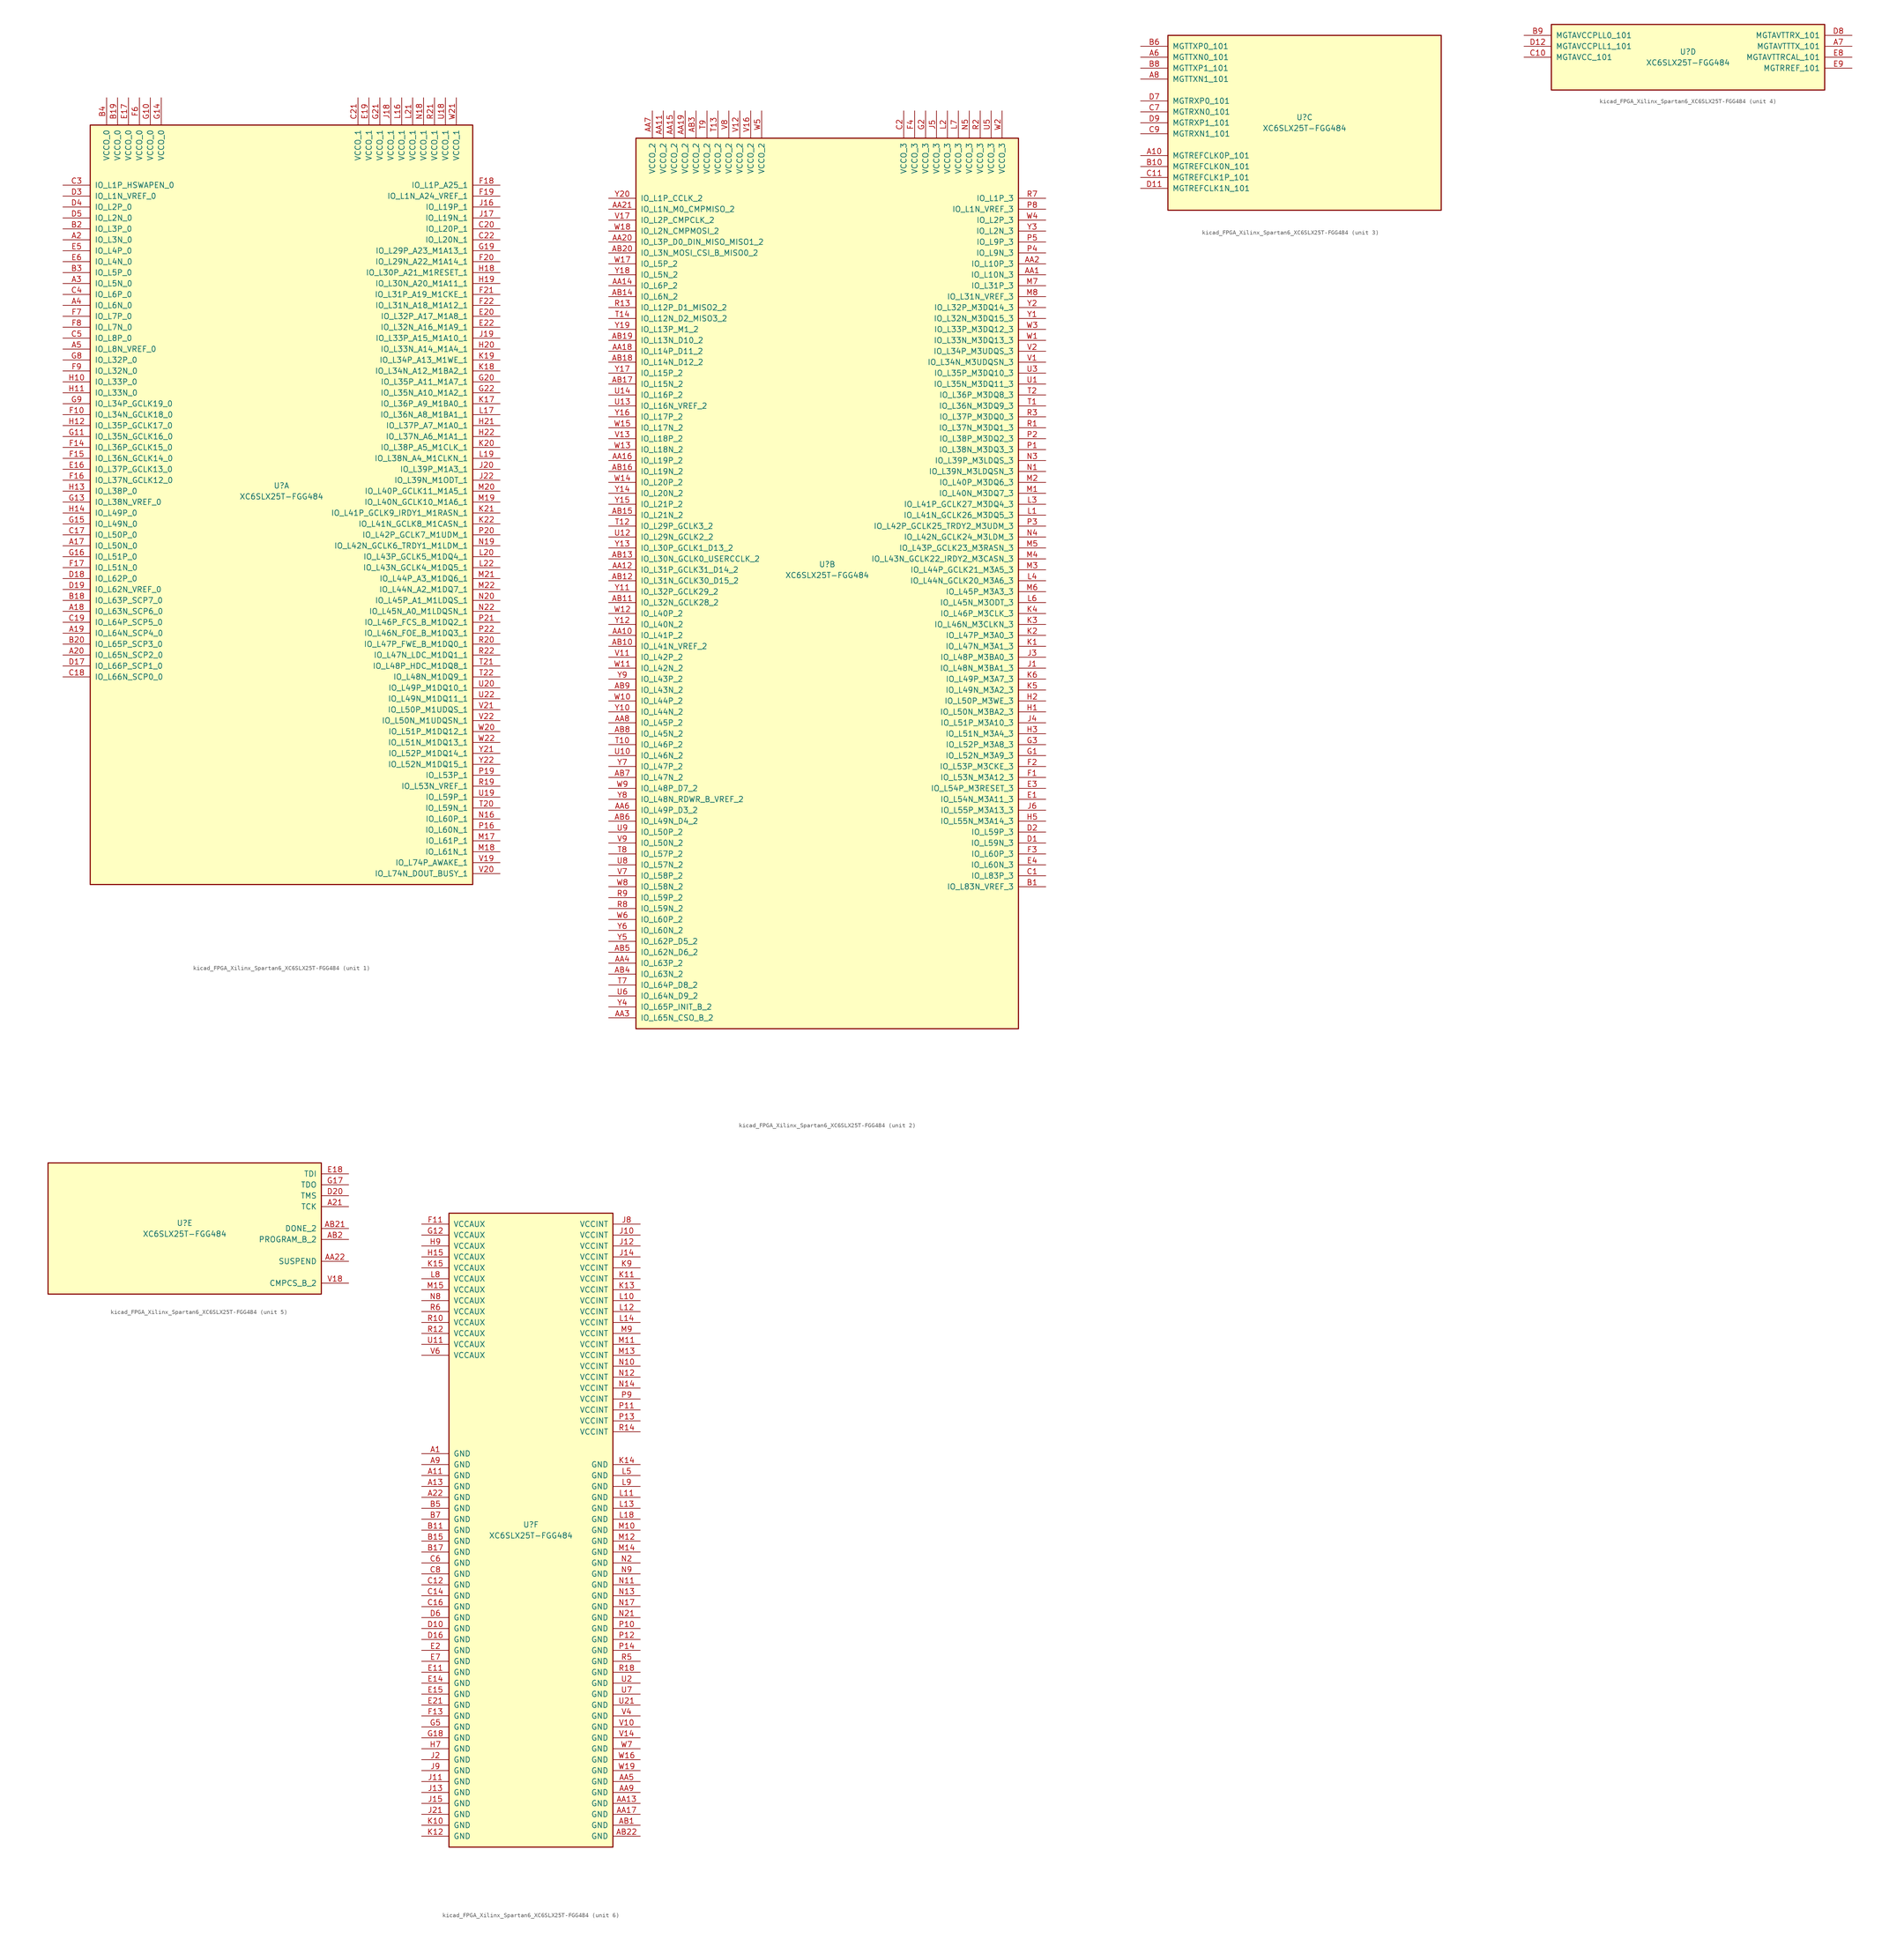
<source format=kicad_sym>
(kicad_symbol_lib
  (version 20220914)
  (generator kicad_symbol_editor)
  (symbol "kicad_FPGA_Xilinx_Spartan6_XC6SLX25T-FGG484"
    (pin_names
      (offset 1.016))
    (property "Reference" "U"
      (at 0 1.27 0)
      (effects (font (size 1.27 1.27))))
    (property "Value" "XC6SLX25T-FGG484"
      (at 0 -1.27 0)
      (effects (font (size 1.27 1.27))))
    (property "Datasheet" ""
      (at 0 0 0)
      (effects (font (size 1.27 1.27))))
    (property "ki_locked" ""
      (at 0 0 0)
      (effects (font (size 1.27 1.27))))
    (symbol "kicad_FPGA_Xilinx_Spartan6_XC6SLX25T-FGG484_1_1"
      (rectangle (start -44.45 85.09) (end 44.45 -91.44) (stroke (width 0.254) (type default)) (fill (type background)))
      (pin bidirectional line (at -50.8 -12.7 0) (length 6.35) (name "IO_L50N_0" (effects (font (size 1.27 1.27)))) (number "A17" (effects (font (size 1.27 1.27)))))
      (pin bidirectional line (at -50.8 -27.94 0) (length 6.35) (name "IO_L63N_SCP6_0" (effects (font (size 1.27 1.27)))) (number "A18" (effects (font (size 1.27 1.27)))))
      (pin bidirectional line (at -50.8 -33.02 0) (length 6.35) (name "IO_L64N_SCP4_0" (effects (font (size 1.27 1.27)))) (number "A19" (effects (font (size 1.27 1.27)))))
      (pin bidirectional line (at -50.8 58.42 0) (length 6.35) (name "IO_L3N_0" (effects (font (size 1.27 1.27)))) (number "A2" (effects (font (size 1.27 1.27)))))
      (pin bidirectional line (at -50.8 -38.1 0) (length 6.35) (name "IO_L65N_SCP2_0" (effects (font (size 1.27 1.27)))) (number "A20" (effects (font (size 1.27 1.27)))))
      (pin bidirectional line (at -50.8 48.26 0) (length 6.35) (name "IO_L5N_0" (effects (font (size 1.27 1.27)))) (number "A3" (effects (font (size 1.27 1.27)))))
      (pin bidirectional line (at -50.8 43.18 0) (length 6.35) (name "IO_L6N_0" (effects (font (size 1.27 1.27)))) (number "A4" (effects (font (size 1.27 1.27)))))
      (pin bidirectional line (at -50.8 33.02 0) (length 6.35) (name "IO_L8N_VREF_0" (effects (font (size 1.27 1.27)))) (number "A5" (effects (font (size 1.27 1.27)))))
      (pin bidirectional line (at -50.8 -25.4 0) (length 6.35) (name "IO_L63P_SCP7_0" (effects (font (size 1.27 1.27)))) (number "B18" (effects (font (size 1.27 1.27)))))
      (pin power_in line (at -38.1 91.44 270) (length 6.35) (name "VCCO_0" (effects (font (size 1.27 1.27)))) (number "B19" (effects (font (size 1.27 1.27)))))
      (pin bidirectional line (at -50.8 60.96 0) (length 6.35) (name "IO_L3P_0" (effects (font (size 1.27 1.27)))) (number "B2" (effects (font (size 1.27 1.27)))))
      (pin bidirectional line (at -50.8 -35.56 0) (length 6.35) (name "IO_L65P_SCP3_0" (effects (font (size 1.27 1.27)))) (number "B20" (effects (font (size 1.27 1.27)))))
      (pin bidirectional line (at -50.8 50.8 0) (length 6.35) (name "IO_L5P_0" (effects (font (size 1.27 1.27)))) (number "B3" (effects (font (size 1.27 1.27)))))
      (pin power_in line (at -40.64 91.44 270) (length 6.35) (name "VCCO_0" (effects (font (size 1.27 1.27)))) (number "B4" (effects (font (size 1.27 1.27)))))
      (pin bidirectional line (at -50.8 -10.16 0) (length 6.35) (name "IO_L50P_0" (effects (font (size 1.27 1.27)))) (number "C17" (effects (font (size 1.27 1.27)))))
      (pin bidirectional line (at -50.8 -43.18 0) (length 6.35) (name "IO_L66N_SCP0_0" (effects (font (size 1.27 1.27)))) (number "C18" (effects (font (size 1.27 1.27)))))
      (pin bidirectional line (at -50.8 -30.48 0) (length 6.35) (name "IO_L64P_SCP5_0" (effects (font (size 1.27 1.27)))) (number "C19" (effects (font (size 1.27 1.27)))))
      (pin bidirectional line (at 50.8 60.96 180) (length 6.35) (name "IO_L20P_1" (effects (font (size 1.27 1.27)))) (number "C20" (effects (font (size 1.27 1.27)))))
      (pin power_in line (at 17.78 91.44 270) (length 6.35) (name "VCCO_1" (effects (font (size 1.27 1.27)))) (number "C21" (effects (font (size 1.27 1.27)))))
      (pin bidirectional line (at 50.8 58.42 180) (length 6.35) (name "IO_L20N_1" (effects (font (size 1.27 1.27)))) (number "C22" (effects (font (size 1.27 1.27)))))
      (pin bidirectional line (at -50.8 71.12 0) (length 6.35) (name "IO_L1P_HSWAPEN_0" (effects (font (size 1.27 1.27)))) (number "C3" (effects (font (size 1.27 1.27)))))
      (pin bidirectional line (at -50.8 45.72 0) (length 6.35) (name "IO_L6P_0" (effects (font (size 1.27 1.27)))) (number "C4" (effects (font (size 1.27 1.27)))))
      (pin bidirectional line (at -50.8 35.56 0) (length 6.35) (name "IO_L8P_0" (effects (font (size 1.27 1.27)))) (number "C5" (effects (font (size 1.27 1.27)))))
      (pin bidirectional line (at -50.8 -40.64 0) (length 6.35) (name "IO_L66P_SCP1_0" (effects (font (size 1.27 1.27)))) (number "D17" (effects (font (size 1.27 1.27)))))
      (pin bidirectional line (at -50.8 -20.32 0) (length 6.35) (name "IO_L62P_0" (effects (font (size 1.27 1.27)))) (number "D18" (effects (font (size 1.27 1.27)))))
      (pin bidirectional line (at -50.8 -22.86 0) (length 6.35) (name "IO_L62N_VREF_0" (effects (font (size 1.27 1.27)))) (number "D19" (effects (font (size 1.27 1.27)))))
      (pin bidirectional line (at -50.8 68.58 0) (length 6.35) (name "IO_L1N_VREF_0" (effects (font (size 1.27 1.27)))) (number "D3" (effects (font (size 1.27 1.27)))))
      (pin bidirectional line (at -50.8 66.04 0) (length 6.35) (name "IO_L2P_0" (effects (font (size 1.27 1.27)))) (number "D4" (effects (font (size 1.27 1.27)))))
      (pin bidirectional line (at -50.8 63.5 0) (length 6.35) (name "IO_L2N_0" (effects (font (size 1.27 1.27)))) (number "D5" (effects (font (size 1.27 1.27)))))
      (pin bidirectional line (at -50.8 5.08 0) (length 6.35) (name "IO_L37P_GCLK13_0" (effects (font (size 1.27 1.27)))) (number "E16" (effects (font (size 1.27 1.27)))))
      (pin power_in line (at -35.56 91.44 270) (length 6.35) (name "VCCO_0" (effects (font (size 1.27 1.27)))) (number "E17" (effects (font (size 1.27 1.27)))))
      (pin power_in line (at 20.32 91.44 270) (length 6.35) (name "VCCO_1" (effects (font (size 1.27 1.27)))) (number "E19" (effects (font (size 1.27 1.27)))))
      (pin bidirectional line (at 50.8 40.64 180) (length 6.35) (name "IO_L32P_A17_M1A8_1" (effects (font (size 1.27 1.27)))) (number "E20" (effects (font (size 1.27 1.27)))))
      (pin bidirectional line (at 50.8 38.1 180) (length 6.35) (name "IO_L32N_A16_M1A9_1" (effects (font (size 1.27 1.27)))) (number "E22" (effects (font (size 1.27 1.27)))))
      (pin bidirectional line (at -50.8 55.88 0) (length 6.35) (name "IO_L4P_0" (effects (font (size 1.27 1.27)))) (number "E5" (effects (font (size 1.27 1.27)))))
      (pin bidirectional line (at -50.8 53.34 0) (length 6.35) (name "IO_L4N_0" (effects (font (size 1.27 1.27)))) (number "E6" (effects (font (size 1.27 1.27)))))
      (pin bidirectional line (at -50.8 17.78 0) (length 6.35) (name "IO_L34N_GCLK18_0" (effects (font (size 1.27 1.27)))) (number "F10" (effects (font (size 1.27 1.27)))))
      (pin bidirectional line (at -50.8 10.16 0) (length 6.35) (name "IO_L36P_GCLK15_0" (effects (font (size 1.27 1.27)))) (number "F14" (effects (font (size 1.27 1.27)))))
      (pin bidirectional line (at -50.8 7.62 0) (length 6.35) (name "IO_L36N_GCLK14_0" (effects (font (size 1.27 1.27)))) (number "F15" (effects (font (size 1.27 1.27)))))
      (pin bidirectional line (at -50.8 2.54 0) (length 6.35) (name "IO_L37N_GCLK12_0" (effects (font (size 1.27 1.27)))) (number "F16" (effects (font (size 1.27 1.27)))))
      (pin bidirectional line (at -50.8 -17.78 0) (length 6.35) (name "IO_L51N_0" (effects (font (size 1.27 1.27)))) (number "F17" (effects (font (size 1.27 1.27)))))
      (pin bidirectional line (at 50.8 71.12 180) (length 6.35) (name "IO_L1P_A25_1" (effects (font (size 1.27 1.27)))) (number "F18" (effects (font (size 1.27 1.27)))))
      (pin bidirectional line (at 50.8 68.58 180) (length 6.35) (name "IO_L1N_A24_VREF_1" (effects (font (size 1.27 1.27)))) (number "F19" (effects (font (size 1.27 1.27)))))
      (pin bidirectional line (at 50.8 53.34 180) (length 6.35) (name "IO_L29N_A22_M1A14_1" (effects (font (size 1.27 1.27)))) (number "F20" (effects (font (size 1.27 1.27)))))
      (pin bidirectional line (at 50.8 45.72 180) (length 6.35) (name "IO_L31P_A19_M1CKE_1" (effects (font (size 1.27 1.27)))) (number "F21" (effects (font (size 1.27 1.27)))))
      (pin bidirectional line (at 50.8 43.18 180) (length 6.35) (name "IO_L31N_A18_M1A12_1" (effects (font (size 1.27 1.27)))) (number "F22" (effects (font (size 1.27 1.27)))))
      (pin power_in line (at -33.02 91.44 270) (length 6.35) (name "VCCO_0" (effects (font (size 1.27 1.27)))) (number "F6" (effects (font (size 1.27 1.27)))))
      (pin bidirectional line (at -50.8 40.64 0) (length 6.35) (name "IO_L7P_0" (effects (font (size 1.27 1.27)))) (number "F7" (effects (font (size 1.27 1.27)))))
      (pin bidirectional line (at -50.8 38.1 0) (length 6.35) (name "IO_L7N_0" (effects (font (size 1.27 1.27)))) (number "F8" (effects (font (size 1.27 1.27)))))
      (pin bidirectional line (at -50.8 27.94 0) (length 6.35) (name "IO_L32N_0" (effects (font (size 1.27 1.27)))) (number "F9" (effects (font (size 1.27 1.27)))))
      (pin power_in line (at -30.48 91.44 270) (length 6.35) (name "VCCO_0" (effects (font (size 1.27 1.27)))) (number "G10" (effects (font (size 1.27 1.27)))))
      (pin bidirectional line (at -50.8 12.7 0) (length 6.35) (name "IO_L35N_GCLK16_0" (effects (font (size 1.27 1.27)))) (number "G11" (effects (font (size 1.27 1.27)))))
      (pin bidirectional line (at -50.8 -2.54 0) (length 6.35) (name "IO_L38N_VREF_0" (effects (font (size 1.27 1.27)))) (number "G13" (effects (font (size 1.27 1.27)))))
      (pin power_in line (at -27.94 91.44 270) (length 6.35) (name "VCCO_0" (effects (font (size 1.27 1.27)))) (number "G14" (effects (font (size 1.27 1.27)))))
      (pin bidirectional line (at -50.8 -7.62 0) (length 6.35) (name "IO_L49N_0" (effects (font (size 1.27 1.27)))) (number "G15" (effects (font (size 1.27 1.27)))))
      (pin bidirectional line (at -50.8 -15.24 0) (length 6.35) (name "IO_L51P_0" (effects (font (size 1.27 1.27)))) (number "G16" (effects (font (size 1.27 1.27)))))
      (pin bidirectional line (at 50.8 55.88 180) (length 6.35) (name "IO_L29P_A23_M1A13_1" (effects (font (size 1.27 1.27)))) (number "G19" (effects (font (size 1.27 1.27)))))
      (pin bidirectional line (at 50.8 25.4 180) (length 6.35) (name "IO_L35P_A11_M1A7_1" (effects (font (size 1.27 1.27)))) (number "G20" (effects (font (size 1.27 1.27)))))
      (pin power_in line (at 22.86 91.44 270) (length 6.35) (name "VCCO_1" (effects (font (size 1.27 1.27)))) (number "G21" (effects (font (size 1.27 1.27)))))
      (pin bidirectional line (at 50.8 22.86 180) (length 6.35) (name "IO_L35N_A10_M1A2_1" (effects (font (size 1.27 1.27)))) (number "G22" (effects (font (size 1.27 1.27)))))
      (pin bidirectional line (at -50.8 30.48 0) (length 6.35) (name "IO_L32P_0" (effects (font (size 1.27 1.27)))) (number "G8" (effects (font (size 1.27 1.27)))))
      (pin bidirectional line (at -50.8 20.32 0) (length 6.35) (name "IO_L34P_GCLK19_0" (effects (font (size 1.27 1.27)))) (number "G9" (effects (font (size 1.27 1.27)))))
      (pin bidirectional line (at -50.8 25.4 0) (length 6.35) (name "IO_L33P_0" (effects (font (size 1.27 1.27)))) (number "H10" (effects (font (size 1.27 1.27)))))
      (pin bidirectional line (at -50.8 22.86 0) (length 6.35) (name "IO_L33N_0" (effects (font (size 1.27 1.27)))) (number "H11" (effects (font (size 1.27 1.27)))))
      (pin bidirectional line (at -50.8 15.24 0) (length 6.35) (name "IO_L35P_GCLK17_0" (effects (font (size 1.27 1.27)))) (number "H12" (effects (font (size 1.27 1.27)))))
      (pin bidirectional line (at -50.8 0 0) (length 6.35) (name "IO_L38P_0" (effects (font (size 1.27 1.27)))) (number "H13" (effects (font (size 1.27 1.27)))))
      (pin bidirectional line (at -50.8 -5.08 0) (length 6.35) (name "IO_L49P_0" (effects (font (size 1.27 1.27)))) (number "H14" (effects (font (size 1.27 1.27)))))
      (pin bidirectional line (at 50.8 50.8 180) (length 6.35) (name "IO_L30P_A21_M1RESET_1" (effects (font (size 1.27 1.27)))) (number "H18" (effects (font (size 1.27 1.27)))))
      (pin bidirectional line (at 50.8 48.26 180) (length 6.35) (name "IO_L30N_A20_M1A11_1" (effects (font (size 1.27 1.27)))) (number "H19" (effects (font (size 1.27 1.27)))))
      (pin bidirectional line (at 50.8 33.02 180) (length 6.35) (name "IO_L33N_A14_M1A4_1" (effects (font (size 1.27 1.27)))) (number "H20" (effects (font (size 1.27 1.27)))))
      (pin bidirectional line (at 50.8 15.24 180) (length 6.35) (name "IO_L37P_A7_M1A0_1" (effects (font (size 1.27 1.27)))) (number "H21" (effects (font (size 1.27 1.27)))))
      (pin bidirectional line (at 50.8 12.7 180) (length 6.35) (name "IO_L37N_A6_M1A1_1" (effects (font (size 1.27 1.27)))) (number "H22" (effects (font (size 1.27 1.27)))))
      (pin bidirectional line (at 50.8 66.04 180) (length 6.35) (name "IO_L19P_1" (effects (font (size 1.27 1.27)))) (number "J16" (effects (font (size 1.27 1.27)))))
      (pin bidirectional line (at 50.8 63.5 180) (length 6.35) (name "IO_L19N_1" (effects (font (size 1.27 1.27)))) (number "J17" (effects (font (size 1.27 1.27)))))
      (pin power_in line (at 25.4 91.44 270) (length 6.35) (name "VCCO_1" (effects (font (size 1.27 1.27)))) (number "J18" (effects (font (size 1.27 1.27)))))
      (pin bidirectional line (at 50.8 35.56 180) (length 6.35) (name "IO_L33P_A15_M1A10_1" (effects (font (size 1.27 1.27)))) (number "J19" (effects (font (size 1.27 1.27)))))
      (pin bidirectional line (at 50.8 5.08 180) (length 6.35) (name "IO_L39P_M1A3_1" (effects (font (size 1.27 1.27)))) (number "J20" (effects (font (size 1.27 1.27)))))
      (pin bidirectional line (at 50.8 2.54 180) (length 6.35) (name "IO_L39N_M1ODT_1" (effects (font (size 1.27 1.27)))) (number "J22" (effects (font (size 1.27 1.27)))))
      (pin bidirectional line (at 50.8 20.32 180) (length 6.35) (name "IO_L36P_A9_M1BA0_1" (effects (font (size 1.27 1.27)))) (number "K17" (effects (font (size 1.27 1.27)))))
      (pin bidirectional line (at 50.8 27.94 180) (length 6.35) (name "IO_L34N_A12_M1BA2_1" (effects (font (size 1.27 1.27)))) (number "K18" (effects (font (size 1.27 1.27)))))
      (pin bidirectional line (at 50.8 30.48 180) (length 6.35) (name "IO_L34P_A13_M1WE_1" (effects (font (size 1.27 1.27)))) (number "K19" (effects (font (size 1.27 1.27)))))
      (pin bidirectional line (at 50.8 10.16 180) (length 6.35) (name "IO_L38P_A5_M1CLK_1" (effects (font (size 1.27 1.27)))) (number "K20" (effects (font (size 1.27 1.27)))))
      (pin bidirectional line (at 50.8 -5.08 180) (length 6.35) (name "IO_L41P_GCLK9_IRDY1_M1RASN_1" (effects (font (size 1.27 1.27)))) (number "K21" (effects (font (size 1.27 1.27)))))
      (pin bidirectional line (at 50.8 -7.62 180) (length 6.35) (name "IO_L41N_GCLK8_M1CASN_1" (effects (font (size 1.27 1.27)))) (number "K22" (effects (font (size 1.27 1.27)))))
      (pin power_in line (at 27.94 91.44 270) (length 6.35) (name "VCCO_1" (effects (font (size 1.27 1.27)))) (number "L16" (effects (font (size 1.27 1.27)))))
      (pin bidirectional line (at 50.8 17.78 180) (length 6.35) (name "IO_L36N_A8_M1BA1_1" (effects (font (size 1.27 1.27)))) (number "L17" (effects (font (size 1.27 1.27)))))
      (pin bidirectional line (at 50.8 7.62 180) (length 6.35) (name "IO_L38N_A4_M1CLKN_1" (effects (font (size 1.27 1.27)))) (number "L19" (effects (font (size 1.27 1.27)))))
      (pin bidirectional line (at 50.8 -15.24 180) (length 6.35) (name "IO_L43P_GCLK5_M1DQ4_1" (effects (font (size 1.27 1.27)))) (number "L20" (effects (font (size 1.27 1.27)))))
      (pin power_in line (at 30.48 91.44 270) (length 6.35) (name "VCCO_1" (effects (font (size 1.27 1.27)))) (number "L21" (effects (font (size 1.27 1.27)))))
      (pin bidirectional line (at 50.8 -17.78 180) (length 6.35) (name "IO_L43N_GCLK4_M1DQ5_1" (effects (font (size 1.27 1.27)))) (number "L22" (effects (font (size 1.27 1.27)))))
      (pin bidirectional line (at 50.8 -81.28 180) (length 6.35) (name "IO_L61P_1" (effects (font (size 1.27 1.27)))) (number "M17" (effects (font (size 1.27 1.27)))))
      (pin bidirectional line (at 50.8 -83.82 180) (length 6.35) (name "IO_L61N_1" (effects (font (size 1.27 1.27)))) (number "M18" (effects (font (size 1.27 1.27)))))
      (pin bidirectional line (at 50.8 -2.54 180) (length 6.35) (name "IO_L40N_GCLK10_M1A6_1" (effects (font (size 1.27 1.27)))) (number "M19" (effects (font (size 1.27 1.27)))))
      (pin bidirectional line (at 50.8 0 180) (length 6.35) (name "IO_L40P_GCLK11_M1A5_1" (effects (font (size 1.27 1.27)))) (number "M20" (effects (font (size 1.27 1.27)))))
      (pin bidirectional line (at 50.8 -20.32 180) (length 6.35) (name "IO_L44P_A3_M1DQ6_1" (effects (font (size 1.27 1.27)))) (number "M21" (effects (font (size 1.27 1.27)))))
      (pin bidirectional line (at 50.8 -22.86 180) (length 6.35) (name "IO_L44N_A2_M1DQ7_1" (effects (font (size 1.27 1.27)))) (number "M22" (effects (font (size 1.27 1.27)))))
      (pin bidirectional line (at 50.8 -76.2 180) (length 6.35) (name "IO_L60P_1" (effects (font (size 1.27 1.27)))) (number "N16" (effects (font (size 1.27 1.27)))))
      (pin power_in line (at 33.02 91.44 270) (length 6.35) (name "VCCO_1" (effects (font (size 1.27 1.27)))) (number "N18" (effects (font (size 1.27 1.27)))))
      (pin bidirectional line (at 50.8 -12.7 180) (length 6.35) (name "IO_L42N_GCLK6_TRDY1_M1LDM_1" (effects (font (size 1.27 1.27)))) (number "N19" (effects (font (size 1.27 1.27)))))
      (pin bidirectional line (at 50.8 -25.4 180) (length 6.35) (name "IO_L45P_A1_M1LDQS_1" (effects (font (size 1.27 1.27)))) (number "N20" (effects (font (size 1.27 1.27)))))
      (pin bidirectional line (at 50.8 -27.94 180) (length 6.35) (name "IO_L45N_A0_M1LDQSN_1" (effects (font (size 1.27 1.27)))) (number "N22" (effects (font (size 1.27 1.27)))))
      (pin bidirectional line (at 50.8 -78.74 180) (length 6.35) (name "IO_L60N_1" (effects (font (size 1.27 1.27)))) (number "P16" (effects (font (size 1.27 1.27)))))
      (pin bidirectional line (at 50.8 -66.04 180) (length 6.35) (name "IO_L53P_1" (effects (font (size 1.27 1.27)))) (number "P19" (effects (font (size 1.27 1.27)))))
      (pin bidirectional line (at 50.8 -10.16 180) (length 6.35) (name "IO_L42P_GCLK7_M1UDM_1" (effects (font (size 1.27 1.27)))) (number "P20" (effects (font (size 1.27 1.27)))))
      (pin bidirectional line (at 50.8 -30.48 180) (length 6.35) (name "IO_L46P_FCS_B_M1DQ2_1" (effects (font (size 1.27 1.27)))) (number "P21" (effects (font (size 1.27 1.27)))))
      (pin bidirectional line (at 50.8 -33.02 180) (length 6.35) (name "IO_L46N_FOE_B_M1DQ3_1" (effects (font (size 1.27 1.27)))) (number "P22" (effects (font (size 1.27 1.27)))))
      (pin bidirectional line (at 50.8 -68.58 180) (length 6.35) (name "IO_L53N_VREF_1" (effects (font (size 1.27 1.27)))) (number "R19" (effects (font (size 1.27 1.27)))))
      (pin bidirectional line (at 50.8 -35.56 180) (length 6.35) (name "IO_L47P_FWE_B_M1DQ0_1" (effects (font (size 1.27 1.27)))) (number "R20" (effects (font (size 1.27 1.27)))))
      (pin power_in line (at 35.56 91.44 270) (length 6.35) (name "VCCO_1" (effects (font (size 1.27 1.27)))) (number "R21" (effects (font (size 1.27 1.27)))))
      (pin bidirectional line (at 50.8 -38.1 180) (length 6.35) (name "IO_L47N_LDC_M1DQ1_1" (effects (font (size 1.27 1.27)))) (number "R22" (effects (font (size 1.27 1.27)))))
      (pin bidirectional line (at 50.8 -73.66 180) (length 6.35) (name "IO_L59N_1" (effects (font (size 1.27 1.27)))) (number "T20" (effects (font (size 1.27 1.27)))))
      (pin bidirectional line (at 50.8 -40.64 180) (length 6.35) (name "IO_L48P_HDC_M1DQ8_1" (effects (font (size 1.27 1.27)))) (number "T21" (effects (font (size 1.27 1.27)))))
      (pin bidirectional line (at 50.8 -43.18 180) (length 6.35) (name "IO_L48N_M1DQ9_1" (effects (font (size 1.27 1.27)))) (number "T22" (effects (font (size 1.27 1.27)))))
      (pin power_in line (at 38.1 91.44 270) (length 6.35) (name "VCCO_1" (effects (font (size 1.27 1.27)))) (number "U18" (effects (font (size 1.27 1.27)))))
      (pin bidirectional line (at 50.8 -71.12 180) (length 6.35) (name "IO_L59P_1" (effects (font (size 1.27 1.27)))) (number "U19" (effects (font (size 1.27 1.27)))))
      (pin bidirectional line (at 50.8 -45.72 180) (length 6.35) (name "IO_L49P_M1DQ10_1" (effects (font (size 1.27 1.27)))) (number "U20" (effects (font (size 1.27 1.27)))))
      (pin bidirectional line (at 50.8 -48.26 180) (length 6.35) (name "IO_L49N_M1DQ11_1" (effects (font (size 1.27 1.27)))) (number "U22" (effects (font (size 1.27 1.27)))))
      (pin bidirectional line (at 50.8 -86.36 180) (length 6.35) (name "IO_L74P_AWAKE_1" (effects (font (size 1.27 1.27)))) (number "V19" (effects (font (size 1.27 1.27)))))
      (pin bidirectional line (at 50.8 -88.9 180) (length 6.35) (name "IO_L74N_DOUT_BUSY_1" (effects (font (size 1.27 1.27)))) (number "V20" (effects (font (size 1.27 1.27)))))
      (pin bidirectional line (at 50.8 -50.8 180) (length 6.35) (name "IO_L50P_M1UDQS_1" (effects (font (size 1.27 1.27)))) (number "V21" (effects (font (size 1.27 1.27)))))
      (pin bidirectional line (at 50.8 -53.34 180) (length 6.35) (name "IO_L50N_M1UDQSN_1" (effects (font (size 1.27 1.27)))) (number "V22" (effects (font (size 1.27 1.27)))))
      (pin bidirectional line (at 50.8 -55.88 180) (length 6.35) (name "IO_L51P_M1DQ12_1" (effects (font (size 1.27 1.27)))) (number "W20" (effects (font (size 1.27 1.27)))))
      (pin power_in line (at 40.64 91.44 270) (length 6.35) (name "VCCO_1" (effects (font (size 1.27 1.27)))) (number "W21" (effects (font (size 1.27 1.27)))))
      (pin bidirectional line (at 50.8 -58.42 180) (length 6.35) (name "IO_L51N_M1DQ13_1" (effects (font (size 1.27 1.27)))) (number "W22" (effects (font (size 1.27 1.27)))))
      (pin bidirectional line (at 50.8 -60.96 180) (length 6.35) (name "IO_L52P_M1DQ14_1" (effects (font (size 1.27 1.27)))) (number "Y21" (effects (font (size 1.27 1.27)))))
      (pin bidirectional line (at 50.8 -63.5 180) (length 6.35) (name "IO_L52N_M1DQ15_1" (effects (font (size 1.27 1.27)))) (number "Y22" (effects (font (size 1.27 1.27))))))
    (symbol "kicad_FPGA_Xilinx_Spartan6_XC6SLX25T-FGG484_2_1"
      (rectangle (start -44.45 100.33) (end 44.45 -106.68) (stroke (width 0.254) (type default)) (fill (type background)))
      (pin bidirectional line (at 50.8 68.58 180) (length 6.35) (name "IO_L10N_3" (effects (font (size 1.27 1.27)))) (number "AA1" (effects (font (size 1.27 1.27)))))
      (pin bidirectional line (at -50.8 -15.24 0) (length 6.35) (name "IO_L41P_2" (effects (font (size 1.27 1.27)))) (number "AA10" (effects (font (size 1.27 1.27)))))
      (pin power_in line (at -38.1 106.68 270) (length 6.35) (name "VCCO_2" (effects (font (size 1.27 1.27)))) (number "AA11" (effects (font (size 1.27 1.27)))))
      (pin bidirectional line (at -50.8 0 0) (length 6.35) (name "IO_L31P_GCLK31_D14_2" (effects (font (size 1.27 1.27)))) (number "AA12" (effects (font (size 1.27 1.27)))))
      (pin bidirectional line (at -50.8 66.04 0) (length 6.35) (name "IO_L6P_2" (effects (font (size 1.27 1.27)))) (number "AA14" (effects (font (size 1.27 1.27)))))
      (pin power_in line (at -35.56 106.68 270) (length 6.35) (name "VCCO_2" (effects (font (size 1.27 1.27)))) (number "AA15" (effects (font (size 1.27 1.27)))))
      (pin bidirectional line (at -50.8 25.4 0) (length 6.35) (name "IO_L19P_2" (effects (font (size 1.27 1.27)))) (number "AA16" (effects (font (size 1.27 1.27)))))
      (pin bidirectional line (at -50.8 50.8 0) (length 6.35) (name "IO_L14P_D11_2" (effects (font (size 1.27 1.27)))) (number "AA18" (effects (font (size 1.27 1.27)))))
      (pin power_in line (at -33.02 106.68 270) (length 6.35) (name "VCCO_2" (effects (font (size 1.27 1.27)))) (number "AA19" (effects (font (size 1.27 1.27)))))
      (pin bidirectional line (at 50.8 71.12 180) (length 6.35) (name "IO_L10P_3" (effects (font (size 1.27 1.27)))) (number "AA2" (effects (font (size 1.27 1.27)))))
      (pin bidirectional line (at -50.8 76.2 0) (length 6.35) (name "IO_L3P_D0_DIN_MISO_MISO1_2" (effects (font (size 1.27 1.27)))) (number "AA20" (effects (font (size 1.27 1.27)))))
      (pin bidirectional line (at -50.8 83.82 0) (length 6.35) (name "IO_L1N_M0_CMPMISO_2" (effects (font (size 1.27 1.27)))) (number "AA21" (effects (font (size 1.27 1.27)))))
      (pin bidirectional line (at -50.8 -104.14 0) (length 6.35) (name "IO_L65N_CSO_B_2" (effects (font (size 1.27 1.27)))) (number "AA3" (effects (font (size 1.27 1.27)))))
      (pin bidirectional line (at -50.8 -91.44 0) (length 6.35) (name "IO_L63P_2" (effects (font (size 1.27 1.27)))) (number "AA4" (effects (font (size 1.27 1.27)))))
      (pin bidirectional line (at -50.8 -55.88 0) (length 6.35) (name "IO_L49P_D3_2" (effects (font (size 1.27 1.27)))) (number "AA6" (effects (font (size 1.27 1.27)))))
      (pin power_in line (at -40.64 106.68 270) (length 6.35) (name "VCCO_2" (effects (font (size 1.27 1.27)))) (number "AA7" (effects (font (size 1.27 1.27)))))
      (pin bidirectional line (at -50.8 -35.56 0) (length 6.35) (name "IO_L45P_2" (effects (font (size 1.27 1.27)))) (number "AA8" (effects (font (size 1.27 1.27)))))
      (pin bidirectional line (at -50.8 -17.78 0) (length 6.35) (name "IO_L41N_VREF_2" (effects (font (size 1.27 1.27)))) (number "AB10" (effects (font (size 1.27 1.27)))))
      (pin bidirectional line (at -50.8 -7.62 0) (length 6.35) (name "IO_L32N_GCLK28_2" (effects (font (size 1.27 1.27)))) (number "AB11" (effects (font (size 1.27 1.27)))))
      (pin bidirectional line (at -50.8 -2.54 0) (length 6.35) (name "IO_L31N_GCLK30_D15_2" (effects (font (size 1.27 1.27)))) (number "AB12" (effects (font (size 1.27 1.27)))))
      (pin bidirectional line (at -50.8 2.54 0) (length 6.35) (name "IO_L30N_GCLK0_USERCCLK_2" (effects (font (size 1.27 1.27)))) (number "AB13" (effects (font (size 1.27 1.27)))))
      (pin bidirectional line (at -50.8 63.5 0) (length 6.35) (name "IO_L6N_2" (effects (font (size 1.27 1.27)))) (number "AB14" (effects (font (size 1.27 1.27)))))
      (pin bidirectional line (at -50.8 12.7 0) (length 6.35) (name "IO_L21N_2" (effects (font (size 1.27 1.27)))) (number "AB15" (effects (font (size 1.27 1.27)))))
      (pin bidirectional line (at -50.8 22.86 0) (length 6.35) (name "IO_L19N_2" (effects (font (size 1.27 1.27)))) (number "AB16" (effects (font (size 1.27 1.27)))))
      (pin bidirectional line (at -50.8 43.18 0) (length 6.35) (name "IO_L15N_2" (effects (font (size 1.27 1.27)))) (number "AB17" (effects (font (size 1.27 1.27)))))
      (pin bidirectional line (at -50.8 48.26 0) (length 6.35) (name "IO_L14N_D12_2" (effects (font (size 1.27 1.27)))) (number "AB18" (effects (font (size 1.27 1.27)))))
      (pin bidirectional line (at -50.8 53.34 0) (length 6.35) (name "IO_L13N_D10_2" (effects (font (size 1.27 1.27)))) (number "AB19" (effects (font (size 1.27 1.27)))))
      (pin bidirectional line (at -50.8 73.66 0) (length 6.35) (name "IO_L3N_MOSI_CSI_B_MISO0_2" (effects (font (size 1.27 1.27)))) (number "AB20" (effects (font (size 1.27 1.27)))))
      (pin power_in line (at -30.48 106.68 270) (length 6.35) (name "VCCO_2" (effects (font (size 1.27 1.27)))) (number "AB3" (effects (font (size 1.27 1.27)))))
      (pin bidirectional line (at -50.8 -93.98 0) (length 6.35) (name "IO_L63N_2" (effects (font (size 1.27 1.27)))) (number "AB4" (effects (font (size 1.27 1.27)))))
      (pin bidirectional line (at -50.8 -88.9 0) (length 6.35) (name "IO_L62N_D6_2" (effects (font (size 1.27 1.27)))) (number "AB5" (effects (font (size 1.27 1.27)))))
      (pin bidirectional line (at -50.8 -58.42 0) (length 6.35) (name "IO_L49N_D4_2" (effects (font (size 1.27 1.27)))) (number "AB6" (effects (font (size 1.27 1.27)))))
      (pin bidirectional line (at -50.8 -48.26 0) (length 6.35) (name "IO_L47N_2" (effects (font (size 1.27 1.27)))) (number "AB7" (effects (font (size 1.27 1.27)))))
      (pin bidirectional line (at -50.8 -38.1 0) (length 6.35) (name "IO_L45N_2" (effects (font (size 1.27 1.27)))) (number "AB8" (effects (font (size 1.27 1.27)))))
      (pin bidirectional line (at -50.8 -27.94 0) (length 6.35) (name "IO_L43N_2" (effects (font (size 1.27 1.27)))) (number "AB9" (effects (font (size 1.27 1.27)))))
      (pin bidirectional line (at 50.8 -73.66 180) (length 6.35) (name "IO_L83N_VREF_3" (effects (font (size 1.27 1.27)))) (number "B1" (effects (font (size 1.27 1.27)))))
      (pin bidirectional line (at 50.8 -71.12 180) (length 6.35) (name "IO_L83P_3" (effects (font (size 1.27 1.27)))) (number "C1" (effects (font (size 1.27 1.27)))))
      (pin power_in line (at 17.78 106.68 270) (length 6.35) (name "VCCO_3" (effects (font (size 1.27 1.27)))) (number "C2" (effects (font (size 1.27 1.27)))))
      (pin bidirectional line (at 50.8 -63.5 180) (length 6.35) (name "IO_L59N_3" (effects (font (size 1.27 1.27)))) (number "D1" (effects (font (size 1.27 1.27)))))
      (pin bidirectional line (at 50.8 -60.96 180) (length 6.35) (name "IO_L59P_3" (effects (font (size 1.27 1.27)))) (number "D2" (effects (font (size 1.27 1.27)))))
      (pin bidirectional line (at 50.8 -53.34 180) (length 6.35) (name "IO_L54N_M3A11_3" (effects (font (size 1.27 1.27)))) (number "E1" (effects (font (size 1.27 1.27)))))
      (pin bidirectional line (at 50.8 -50.8 180) (length 6.35) (name "IO_L54P_M3RESET_3" (effects (font (size 1.27 1.27)))) (number "E3" (effects (font (size 1.27 1.27)))))
      (pin bidirectional line (at 50.8 -68.58 180) (length 6.35) (name "IO_L60N_3" (effects (font (size 1.27 1.27)))) (number "E4" (effects (font (size 1.27 1.27)))))
      (pin bidirectional line (at 50.8 -48.26 180) (length 6.35) (name "IO_L53N_M3A12_3" (effects (font (size 1.27 1.27)))) (number "F1" (effects (font (size 1.27 1.27)))))
      (pin bidirectional line (at 50.8 -45.72 180) (length 6.35) (name "IO_L53P_M3CKE_3" (effects (font (size 1.27 1.27)))) (number "F2" (effects (font (size 1.27 1.27)))))
      (pin bidirectional line (at 50.8 -66.04 180) (length 6.35) (name "IO_L60P_3" (effects (font (size 1.27 1.27)))) (number "F3" (effects (font (size 1.27 1.27)))))
      (pin power_in line (at 20.32 106.68 270) (length 6.35) (name "VCCO_3" (effects (font (size 1.27 1.27)))) (number "F4" (effects (font (size 1.27 1.27)))))
      (pin bidirectional line (at 50.8 -43.18 180) (length 6.35) (name "IO_L52N_M3A9_3" (effects (font (size 1.27 1.27)))) (number "G1" (effects (font (size 1.27 1.27)))))
      (pin power_in line (at 22.86 106.68 270) (length 6.35) (name "VCCO_3" (effects (font (size 1.27 1.27)))) (number "G2" (effects (font (size 1.27 1.27)))))
      (pin bidirectional line (at 50.8 -40.64 180) (length 6.35) (name "IO_L52P_M3A8_3" (effects (font (size 1.27 1.27)))) (number "G3" (effects (font (size 1.27 1.27)))))
      (pin bidirectional line (at 50.8 -33.02 180) (length 6.35) (name "IO_L50N_M3BA2_3" (effects (font (size 1.27 1.27)))) (number "H1" (effects (font (size 1.27 1.27)))))
      (pin bidirectional line (at 50.8 -30.48 180) (length 6.35) (name "IO_L50P_M3WE_3" (effects (font (size 1.27 1.27)))) (number "H2" (effects (font (size 1.27 1.27)))))
      (pin bidirectional line (at 50.8 -38.1 180) (length 6.35) (name "IO_L51N_M3A4_3" (effects (font (size 1.27 1.27)))) (number "H3" (effects (font (size 1.27 1.27)))))
      (pin bidirectional line (at 50.8 -58.42 180) (length 6.35) (name "IO_L55N_M3A14_3" (effects (font (size 1.27 1.27)))) (number "H5" (effects (font (size 1.27 1.27)))))
      (pin bidirectional line (at 50.8 -22.86 180) (length 6.35) (name "IO_L48N_M3BA1_3" (effects (font (size 1.27 1.27)))) (number "J1" (effects (font (size 1.27 1.27)))))
      (pin bidirectional line (at 50.8 -20.32 180) (length 6.35) (name "IO_L48P_M3BA0_3" (effects (font (size 1.27 1.27)))) (number "J3" (effects (font (size 1.27 1.27)))))
      (pin bidirectional line (at 50.8 -35.56 180) (length 6.35) (name "IO_L51P_M3A10_3" (effects (font (size 1.27 1.27)))) (number "J4" (effects (font (size 1.27 1.27)))))
      (pin power_in line (at 25.4 106.68 270) (length 6.35) (name "VCCO_3" (effects (font (size 1.27 1.27)))) (number "J5" (effects (font (size 1.27 1.27)))))
      (pin bidirectional line (at 50.8 -55.88 180) (length 6.35) (name "IO_L55P_M3A13_3" (effects (font (size 1.27 1.27)))) (number "J6" (effects (font (size 1.27 1.27)))))
      (pin bidirectional line (at 50.8 -17.78 180) (length 6.35) (name "IO_L47N_M3A1_3" (effects (font (size 1.27 1.27)))) (number "K1" (effects (font (size 1.27 1.27)))))
      (pin bidirectional line (at 50.8 -15.24 180) (length 6.35) (name "IO_L47P_M3A0_3" (effects (font (size 1.27 1.27)))) (number "K2" (effects (font (size 1.27 1.27)))))
      (pin bidirectional line (at 50.8 -12.7 180) (length 6.35) (name "IO_L46N_M3CLKN_3" (effects (font (size 1.27 1.27)))) (number "K3" (effects (font (size 1.27 1.27)))))
      (pin bidirectional line (at 50.8 -10.16 180) (length 6.35) (name "IO_L46P_M3CLK_3" (effects (font (size 1.27 1.27)))) (number "K4" (effects (font (size 1.27 1.27)))))
      (pin bidirectional line (at 50.8 -27.94 180) (length 6.35) (name "IO_L49N_M3A2_3" (effects (font (size 1.27 1.27)))) (number "K5" (effects (font (size 1.27 1.27)))))
      (pin bidirectional line (at 50.8 -25.4 180) (length 6.35) (name "IO_L49P_M3A7_3" (effects (font (size 1.27 1.27)))) (number "K6" (effects (font (size 1.27 1.27)))))
      (pin bidirectional line (at 50.8 12.7 180) (length 6.35) (name "IO_L41N_GCLK26_M3DQ5_3" (effects (font (size 1.27 1.27)))) (number "L1" (effects (font (size 1.27 1.27)))))
      (pin power_in line (at 27.94 106.68 270) (length 6.35) (name "VCCO_3" (effects (font (size 1.27 1.27)))) (number "L2" (effects (font (size 1.27 1.27)))))
      (pin bidirectional line (at 50.8 15.24 180) (length 6.35) (name "IO_L41P_GCLK27_M3DQ4_3" (effects (font (size 1.27 1.27)))) (number "L3" (effects (font (size 1.27 1.27)))))
      (pin bidirectional line (at 50.8 -2.54 180) (length 6.35) (name "IO_L44N_GCLK20_M3A6_3" (effects (font (size 1.27 1.27)))) (number "L4" (effects (font (size 1.27 1.27)))))
      (pin bidirectional line (at 50.8 -7.62 180) (length 6.35) (name "IO_L45N_M3ODT_3" (effects (font (size 1.27 1.27)))) (number "L6" (effects (font (size 1.27 1.27)))))
      (pin power_in line (at 30.48 106.68 270) (length 6.35) (name "VCCO_3" (effects (font (size 1.27 1.27)))) (number "L7" (effects (font (size 1.27 1.27)))))
      (pin bidirectional line (at 50.8 17.78 180) (length 6.35) (name "IO_L40N_M3DQ7_3" (effects (font (size 1.27 1.27)))) (number "M1" (effects (font (size 1.27 1.27)))))
      (pin bidirectional line (at 50.8 20.32 180) (length 6.35) (name "IO_L40P_M3DQ6_3" (effects (font (size 1.27 1.27)))) (number "M2" (effects (font (size 1.27 1.27)))))
      (pin bidirectional line (at 50.8 0 180) (length 6.35) (name "IO_L44P_GCLK21_M3A5_3" (effects (font (size 1.27 1.27)))) (number "M3" (effects (font (size 1.27 1.27)))))
      (pin bidirectional line (at 50.8 2.54 180) (length 6.35) (name "IO_L43N_GCLK22_IRDY2_M3CASN_3" (effects (font (size 1.27 1.27)))) (number "M4" (effects (font (size 1.27 1.27)))))
      (pin bidirectional line (at 50.8 5.08 180) (length 6.35) (name "IO_L43P_GCLK23_M3RASN_3" (effects (font (size 1.27 1.27)))) (number "M5" (effects (font (size 1.27 1.27)))))
      (pin bidirectional line (at 50.8 -5.08 180) (length 6.35) (name "IO_L45P_M3A3_3" (effects (font (size 1.27 1.27)))) (number "M6" (effects (font (size 1.27 1.27)))))
      (pin bidirectional line (at 50.8 66.04 180) (length 6.35) (name "IO_L31P_3" (effects (font (size 1.27 1.27)))) (number "M7" (effects (font (size 1.27 1.27)))))
      (pin bidirectional line (at 50.8 63.5 180) (length 6.35) (name "IO_L31N_VREF_3" (effects (font (size 1.27 1.27)))) (number "M8" (effects (font (size 1.27 1.27)))))
      (pin bidirectional line (at 50.8 22.86 180) (length 6.35) (name "IO_L39N_M3LDQSN_3" (effects (font (size 1.27 1.27)))) (number "N1" (effects (font (size 1.27 1.27)))))
      (pin bidirectional line (at 50.8 25.4 180) (length 6.35) (name "IO_L39P_M3LDQS_3" (effects (font (size 1.27 1.27)))) (number "N3" (effects (font (size 1.27 1.27)))))
      (pin bidirectional line (at 50.8 7.62 180) (length 6.35) (name "IO_L42N_GCLK24_M3LDM_3" (effects (font (size 1.27 1.27)))) (number "N4" (effects (font (size 1.27 1.27)))))
      (pin power_in line (at 33.02 106.68 270) (length 6.35) (name "VCCO_3" (effects (font (size 1.27 1.27)))) (number "N5" (effects (font (size 1.27 1.27)))))
      (pin bidirectional line (at 50.8 27.94 180) (length 6.35) (name "IO_L38N_M3DQ3_3" (effects (font (size 1.27 1.27)))) (number "P1" (effects (font (size 1.27 1.27)))))
      (pin bidirectional line (at 50.8 30.48 180) (length 6.35) (name "IO_L38P_M3DQ2_3" (effects (font (size 1.27 1.27)))) (number "P2" (effects (font (size 1.27 1.27)))))
      (pin bidirectional line (at 50.8 10.16 180) (length 6.35) (name "IO_L42P_GCLK25_TRDY2_M3UDM_3" (effects (font (size 1.27 1.27)))) (number "P3" (effects (font (size 1.27 1.27)))))
      (pin bidirectional line (at 50.8 73.66 180) (length 6.35) (name "IO_L9N_3" (effects (font (size 1.27 1.27)))) (number "P4" (effects (font (size 1.27 1.27)))))
      (pin bidirectional line (at 50.8 76.2 180) (length 6.35) (name "IO_L9P_3" (effects (font (size 1.27 1.27)))) (number "P5" (effects (font (size 1.27 1.27)))))
      (pin bidirectional line (at 50.8 83.82 180) (length 6.35) (name "IO_L1N_VREF_3" (effects (font (size 1.27 1.27)))) (number "P8" (effects (font (size 1.27 1.27)))))
      (pin bidirectional line (at 50.8 33.02 180) (length 6.35) (name "IO_L37N_M3DQ1_3" (effects (font (size 1.27 1.27)))) (number "R1" (effects (font (size 1.27 1.27)))))
      (pin bidirectional line (at -50.8 60.96 0) (length 6.35) (name "IO_L12P_D1_MISO2_2" (effects (font (size 1.27 1.27)))) (number "R13" (effects (font (size 1.27 1.27)))))
      (pin power_in line (at 35.56 106.68 270) (length 6.35) (name "VCCO_3" (effects (font (size 1.27 1.27)))) (number "R2" (effects (font (size 1.27 1.27)))))
      (pin bidirectional line (at 50.8 35.56 180) (length 6.35) (name "IO_L37P_M3DQ0_3" (effects (font (size 1.27 1.27)))) (number "R3" (effects (font (size 1.27 1.27)))))
      (pin bidirectional line (at 50.8 86.36 180) (length 6.35) (name "IO_L1P_3" (effects (font (size 1.27 1.27)))) (number "R7" (effects (font (size 1.27 1.27)))))
      (pin bidirectional line (at -50.8 -78.74 0) (length 6.35) (name "IO_L59N_2" (effects (font (size 1.27 1.27)))) (number "R8" (effects (font (size 1.27 1.27)))))
      (pin bidirectional line (at -50.8 -76.2 0) (length 6.35) (name "IO_L59P_2" (effects (font (size 1.27 1.27)))) (number "R9" (effects (font (size 1.27 1.27)))))
      (pin bidirectional line (at 50.8 38.1 180) (length 6.35) (name "IO_L36N_M3DQ9_3" (effects (font (size 1.27 1.27)))) (number "T1" (effects (font (size 1.27 1.27)))))
      (pin bidirectional line (at -50.8 -40.64 0) (length 6.35) (name "IO_L46P_2" (effects (font (size 1.27 1.27)))) (number "T10" (effects (font (size 1.27 1.27)))))
      (pin bidirectional line (at -50.8 10.16 0) (length 6.35) (name "IO_L29P_GCLK3_2" (effects (font (size 1.27 1.27)))) (number "T12" (effects (font (size 1.27 1.27)))))
      (pin power_in line (at -25.4 106.68 270) (length 6.35) (name "VCCO_2" (effects (font (size 1.27 1.27)))) (number "T13" (effects (font (size 1.27 1.27)))))
      (pin bidirectional line (at -50.8 58.42 0) (length 6.35) (name "IO_L12N_D2_MISO3_2" (effects (font (size 1.27 1.27)))) (number "T14" (effects (font (size 1.27 1.27)))))
      (pin bidirectional line (at 50.8 40.64 180) (length 6.35) (name "IO_L36P_M3DQ8_3" (effects (font (size 1.27 1.27)))) (number "T2" (effects (font (size 1.27 1.27)))))
      (pin bidirectional line (at -50.8 -96.52 0) (length 6.35) (name "IO_L64P_D8_2" (effects (font (size 1.27 1.27)))) (number "T7" (effects (font (size 1.27 1.27)))))
      (pin bidirectional line (at -50.8 -66.04 0) (length 6.35) (name "IO_L57P_2" (effects (font (size 1.27 1.27)))) (number "T8" (effects (font (size 1.27 1.27)))))
      (pin power_in line (at -27.94 106.68 270) (length 6.35) (name "VCCO_2" (effects (font (size 1.27 1.27)))) (number "T9" (effects (font (size 1.27 1.27)))))
      (pin bidirectional line (at 50.8 43.18 180) (length 6.35) (name "IO_L35N_M3DQ11_3" (effects (font (size 1.27 1.27)))) (number "U1" (effects (font (size 1.27 1.27)))))
      (pin bidirectional line (at -50.8 -43.18 0) (length 6.35) (name "IO_L46N_2" (effects (font (size 1.27 1.27)))) (number "U10" (effects (font (size 1.27 1.27)))))
      (pin bidirectional line (at -50.8 7.62 0) (length 6.35) (name "IO_L29N_GCLK2_2" (effects (font (size 1.27 1.27)))) (number "U12" (effects (font (size 1.27 1.27)))))
      (pin bidirectional line (at -50.8 38.1 0) (length 6.35) (name "IO_L16N_VREF_2" (effects (font (size 1.27 1.27)))) (number "U13" (effects (font (size 1.27 1.27)))))
      (pin bidirectional line (at -50.8 40.64 0) (length 6.35) (name "IO_L16P_2" (effects (font (size 1.27 1.27)))) (number "U14" (effects (font (size 1.27 1.27)))))
      (pin bidirectional line (at 50.8 45.72 180) (length 6.35) (name "IO_L35P_M3DQ10_3" (effects (font (size 1.27 1.27)))) (number "U3" (effects (font (size 1.27 1.27)))))
      (pin power_in line (at 38.1 106.68 270) (length 6.35) (name "VCCO_3" (effects (font (size 1.27 1.27)))) (number "U5" (effects (font (size 1.27 1.27)))))
      (pin bidirectional line (at -50.8 -99.06 0) (length 6.35) (name "IO_L64N_D9_2" (effects (font (size 1.27 1.27)))) (number "U6" (effects (font (size 1.27 1.27)))))
      (pin bidirectional line (at -50.8 -68.58 0) (length 6.35) (name "IO_L57N_2" (effects (font (size 1.27 1.27)))) (number "U8" (effects (font (size 1.27 1.27)))))
      (pin bidirectional line (at -50.8 -60.96 0) (length 6.35) (name "IO_L50P_2" (effects (font (size 1.27 1.27)))) (number "U9" (effects (font (size 1.27 1.27)))))
      (pin bidirectional line (at 50.8 48.26 180) (length 6.35) (name "IO_L34N_M3UDQSN_3" (effects (font (size 1.27 1.27)))) (number "V1" (effects (font (size 1.27 1.27)))))
      (pin bidirectional line (at -50.8 -20.32 0) (length 6.35) (name "IO_L42P_2" (effects (font (size 1.27 1.27)))) (number "V11" (effects (font (size 1.27 1.27)))))
      (pin power_in line (at -20.32 106.68 270) (length 6.35) (name "VCCO_2" (effects (font (size 1.27 1.27)))) (number "V12" (effects (font (size 1.27 1.27)))))
      (pin bidirectional line (at -50.8 30.48 0) (length 6.35) (name "IO_L18P_2" (effects (font (size 1.27 1.27)))) (number "V13" (effects (font (size 1.27 1.27)))))
      (pin power_in line (at -17.78 106.68 270) (length 6.35) (name "VCCO_2" (effects (font (size 1.27 1.27)))) (number "V16" (effects (font (size 1.27 1.27)))))
      (pin bidirectional line (at -50.8 81.28 0) (length 6.35) (name "IO_L2P_CMPCLK_2" (effects (font (size 1.27 1.27)))) (number "V17" (effects (font (size 1.27 1.27)))))
      (pin bidirectional line (at 50.8 50.8 180) (length 6.35) (name "IO_L34P_M3UDQS_3" (effects (font (size 1.27 1.27)))) (number "V2" (effects (font (size 1.27 1.27)))))
      (pin bidirectional line (at -50.8 -71.12 0) (length 6.35) (name "IO_L58P_2" (effects (font (size 1.27 1.27)))) (number "V7" (effects (font (size 1.27 1.27)))))
      (pin power_in line (at -22.86 106.68 270) (length 6.35) (name "VCCO_2" (effects (font (size 1.27 1.27)))) (number "V8" (effects (font (size 1.27 1.27)))))
      (pin bidirectional line (at -50.8 -63.5 0) (length 6.35) (name "IO_L50N_2" (effects (font (size 1.27 1.27)))) (number "V9" (effects (font (size 1.27 1.27)))))
      (pin bidirectional line (at 50.8 53.34 180) (length 6.35) (name "IO_L33N_M3DQ13_3" (effects (font (size 1.27 1.27)))) (number "W1" (effects (font (size 1.27 1.27)))))
      (pin bidirectional line (at -50.8 -30.48 0) (length 6.35) (name "IO_L44P_2" (effects (font (size 1.27 1.27)))) (number "W10" (effects (font (size 1.27 1.27)))))
      (pin bidirectional line (at -50.8 -22.86 0) (length 6.35) (name "IO_L42N_2" (effects (font (size 1.27 1.27)))) (number "W11" (effects (font (size 1.27 1.27)))))
      (pin bidirectional line (at -50.8 -10.16 0) (length 6.35) (name "IO_L40P_2" (effects (font (size 1.27 1.27)))) (number "W12" (effects (font (size 1.27 1.27)))))
      (pin bidirectional line (at -50.8 27.94 0) (length 6.35) (name "IO_L18N_2" (effects (font (size 1.27 1.27)))) (number "W13" (effects (font (size 1.27 1.27)))))
      (pin bidirectional line (at -50.8 20.32 0) (length 6.35) (name "IO_L20P_2" (effects (font (size 1.27 1.27)))) (number "W14" (effects (font (size 1.27 1.27)))))
      (pin bidirectional line (at -50.8 33.02 0) (length 6.35) (name "IO_L17N_2" (effects (font (size 1.27 1.27)))) (number "W15" (effects (font (size 1.27 1.27)))))
      (pin bidirectional line (at -50.8 71.12 0) (length 6.35) (name "IO_L5P_2" (effects (font (size 1.27 1.27)))) (number "W17" (effects (font (size 1.27 1.27)))))
      (pin bidirectional line (at -50.8 78.74 0) (length 6.35) (name "IO_L2N_CMPMOSI_2" (effects (font (size 1.27 1.27)))) (number "W18" (effects (font (size 1.27 1.27)))))
      (pin power_in line (at 40.64 106.68 270) (length 6.35) (name "VCCO_3" (effects (font (size 1.27 1.27)))) (number "W2" (effects (font (size 1.27 1.27)))))
      (pin bidirectional line (at 50.8 55.88 180) (length 6.35) (name "IO_L33P_M3DQ12_3" (effects (font (size 1.27 1.27)))) (number "W3" (effects (font (size 1.27 1.27)))))
      (pin bidirectional line (at 50.8 81.28 180) (length 6.35) (name "IO_L2P_3" (effects (font (size 1.27 1.27)))) (number "W4" (effects (font (size 1.27 1.27)))))
      (pin power_in line (at -15.24 106.68 270) (length 6.35) (name "VCCO_2" (effects (font (size 1.27 1.27)))) (number "W5" (effects (font (size 1.27 1.27)))))
      (pin bidirectional line (at -50.8 -81.28 0) (length 6.35) (name "IO_L60P_2" (effects (font (size 1.27 1.27)))) (number "W6" (effects (font (size 1.27 1.27)))))
      (pin bidirectional line (at -50.8 -73.66 0) (length 6.35) (name "IO_L58N_2" (effects (font (size 1.27 1.27)))) (number "W8" (effects (font (size 1.27 1.27)))))
      (pin bidirectional line (at -50.8 -50.8 0) (length 6.35) (name "IO_L48P_D7_2" (effects (font (size 1.27 1.27)))) (number "W9" (effects (font (size 1.27 1.27)))))
      (pin bidirectional line (at 50.8 58.42 180) (length 6.35) (name "IO_L32N_M3DQ15_3" (effects (font (size 1.27 1.27)))) (number "Y1" (effects (font (size 1.27 1.27)))))
      (pin bidirectional line (at -50.8 -33.02 0) (length 6.35) (name "IO_L44N_2" (effects (font (size 1.27 1.27)))) (number "Y10" (effects (font (size 1.27 1.27)))))
      (pin bidirectional line (at -50.8 -5.08 0) (length 6.35) (name "IO_L32P_GCLK29_2" (effects (font (size 1.27 1.27)))) (number "Y11" (effects (font (size 1.27 1.27)))))
      (pin bidirectional line (at -50.8 -12.7 0) (length 6.35) (name "IO_L40N_2" (effects (font (size 1.27 1.27)))) (number "Y12" (effects (font (size 1.27 1.27)))))
      (pin bidirectional line (at -50.8 5.08 0) (length 6.35) (name "IO_L30P_GCLK1_D13_2" (effects (font (size 1.27 1.27)))) (number "Y13" (effects (font (size 1.27 1.27)))))
      (pin bidirectional line (at -50.8 17.78 0) (length 6.35) (name "IO_L20N_2" (effects (font (size 1.27 1.27)))) (number "Y14" (effects (font (size 1.27 1.27)))))
      (pin bidirectional line (at -50.8 15.24 0) (length 6.35) (name "IO_L21P_2" (effects (font (size 1.27 1.27)))) (number "Y15" (effects (font (size 1.27 1.27)))))
      (pin bidirectional line (at -50.8 35.56 0) (length 6.35) (name "IO_L17P_2" (effects (font (size 1.27 1.27)))) (number "Y16" (effects (font (size 1.27 1.27)))))
      (pin bidirectional line (at -50.8 45.72 0) (length 6.35) (name "IO_L15P_2" (effects (font (size 1.27 1.27)))) (number "Y17" (effects (font (size 1.27 1.27)))))
      (pin bidirectional line (at -50.8 68.58 0) (length 6.35) (name "IO_L5N_2" (effects (font (size 1.27 1.27)))) (number "Y18" (effects (font (size 1.27 1.27)))))
      (pin bidirectional line (at -50.8 55.88 0) (length 6.35) (name "IO_L13P_M1_2" (effects (font (size 1.27 1.27)))) (number "Y19" (effects (font (size 1.27 1.27)))))
      (pin bidirectional line (at 50.8 60.96 180) (length 6.35) (name "IO_L32P_M3DQ14_3" (effects (font (size 1.27 1.27)))) (number "Y2" (effects (font (size 1.27 1.27)))))
      (pin bidirectional line (at -50.8 86.36 0) (length 6.35) (name "IO_L1P_CCLK_2" (effects (font (size 1.27 1.27)))) (number "Y20" (effects (font (size 1.27 1.27)))))
      (pin bidirectional line (at 50.8 78.74 180) (length 6.35) (name "IO_L2N_3" (effects (font (size 1.27 1.27)))) (number "Y3" (effects (font (size 1.27 1.27)))))
      (pin bidirectional line (at -50.8 -101.6 0) (length 6.35) (name "IO_L65P_INIT_B_2" (effects (font (size 1.27 1.27)))) (number "Y4" (effects (font (size 1.27 1.27)))))
      (pin bidirectional line (at -50.8 -86.36 0) (length 6.35) (name "IO_L62P_D5_2" (effects (font (size 1.27 1.27)))) (number "Y5" (effects (font (size 1.27 1.27)))))
      (pin bidirectional line (at -50.8 -83.82 0) (length 6.35) (name "IO_L60N_2" (effects (font (size 1.27 1.27)))) (number "Y6" (effects (font (size 1.27 1.27)))))
      (pin bidirectional line (at -50.8 -45.72 0) (length 6.35) (name "IO_L47P_2" (effects (font (size 1.27 1.27)))) (number "Y7" (effects (font (size 1.27 1.27)))))
      (pin bidirectional line (at -50.8 -53.34 0) (length 6.35) (name "IO_L48N_RDWR_B_VREF_2" (effects (font (size 1.27 1.27)))) (number "Y8" (effects (font (size 1.27 1.27)))))
      (pin bidirectional line (at -50.8 -25.4 0) (length 6.35) (name "IO_L43P_2" (effects (font (size 1.27 1.27)))) (number "Y9" (effects (font (size 1.27 1.27))))))
    (symbol "kicad_FPGA_Xilinx_Spartan6_XC6SLX25T-FGG484_3_1"
      (rectangle (start -31.75 20.32) (end 31.75 -20.32) (stroke (width 0.254) (type default)) (fill (type background)))
      (pin bidirectional line (at -38.1 -7.62 0) (length 6.35) (name "MGTREFCLK0P_101" (effects (font (size 1.27 1.27)))) (number "A10" (effects (font (size 1.27 1.27)))))
      (pin bidirectional line (at -38.1 15.24 0) (length 6.35) (name "MGTTXN0_101" (effects (font (size 1.27 1.27)))) (number "A6" (effects (font (size 1.27 1.27)))))
      (pin bidirectional line (at -38.1 10.16 0) (length 6.35) (name "MGTTXN1_101" (effects (font (size 1.27 1.27)))) (number "A8" (effects (font (size 1.27 1.27)))))
      (pin bidirectional line (at -38.1 -10.16 0) (length 6.35) (name "MGTREFCLK0N_101" (effects (font (size 1.27 1.27)))) (number "B10" (effects (font (size 1.27 1.27)))))
      (pin bidirectional line (at -38.1 17.78 0) (length 6.35) (name "MGTTXP0_101" (effects (font (size 1.27 1.27)))) (number "B6" (effects (font (size 1.27 1.27)))))
      (pin bidirectional line (at -38.1 12.7 0) (length 6.35) (name "MGTTXP1_101" (effects (font (size 1.27 1.27)))) (number "B8" (effects (font (size 1.27 1.27)))))
      (pin bidirectional line (at -38.1 -12.7 0) (length 6.35) (name "MGTREFCLK1P_101" (effects (font (size 1.27 1.27)))) (number "C11" (effects (font (size 1.27 1.27)))))
      (pin bidirectional line (at -38.1 2.54 0) (length 6.35) (name "MGTRXN0_101" (effects (font (size 1.27 1.27)))) (number "C7" (effects (font (size 1.27 1.27)))))
      (pin bidirectional line (at -38.1 -2.54 0) (length 6.35) (name "MGTRXN1_101" (effects (font (size 1.27 1.27)))) (number "C9" (effects (font (size 1.27 1.27)))))
      (pin bidirectional line (at -38.1 -15.24 0) (length 6.35) (name "MGTREFCLK1N_101" (effects (font (size 1.27 1.27)))) (number "D11" (effects (font (size 1.27 1.27)))))
      (pin bidirectional line (at -38.1 5.08 0) (length 6.35) (name "MGTRXP0_101" (effects (font (size 1.27 1.27)))) (number "D7" (effects (font (size 1.27 1.27)))))
      (pin bidirectional line (at -38.1 0 0) (length 6.35) (name "MGTRXP1_101" (effects (font (size 1.27 1.27)))) (number "D9" (effects (font (size 1.27 1.27))))))
    (symbol "kicad_FPGA_Xilinx_Spartan6_XC6SLX25T-FGG484_4_1"
      (rectangle (start -31.75 7.62) (end 31.75 -7.62) (stroke (width 0.254) (type default)) (fill (type background)))
      (pin power_in line (at 38.1 2.54 180) (length 6.35) (name "MGTAVTTTX_101" (effects (font (size 1.27 1.27)))) (number "A7" (effects (font (size 1.27 1.27)))))
      (pin power_in line (at -38.1 5.08 0) (length 6.35) (name "MGTAVCCPLL0_101" (effects (font (size 1.27 1.27)))) (number "B9" (effects (font (size 1.27 1.27)))))
      (pin power_in line (at -38.1 0 0) (length 6.35) (name "MGTAVCC_101" (effects (font (size 1.27 1.27)))) (number "C10" (effects (font (size 1.27 1.27)))))
      (pin power_in line (at -38.1 2.54 0) (length 6.35) (name "MGTAVCCPLL1_101" (effects (font (size 1.27 1.27)))) (number "D12" (effects (font (size 1.27 1.27)))))
      (pin power_in line (at 38.1 5.08 180) (length 6.35) (name "MGTAVTTRX_101" (effects (font (size 1.27 1.27)))) (number "D8" (effects (font (size 1.27 1.27)))))
      (pin power_in line (at 38.1 0 180) (length 6.35) (name "MGTAVTTRCAL_101" (effects (font (size 1.27 1.27)))) (number "E8" (effects (font (size 1.27 1.27)))))
      (pin power_in line (at 38.1 -2.54 180) (length 6.35) (name "MGTRREF_101" (effects (font (size 1.27 1.27)))) (number "E9" (effects (font (size 1.27 1.27))))))
    (symbol "kicad_FPGA_Xilinx_Spartan6_XC6SLX25T-FGG484_5_1"
      (rectangle (start -31.75 15.24) (end 31.75 -15.24) (stroke (width 0.254) (type default)) (fill (type background)))
      (pin bidirectional line (at 38.1 5.08 180) (length 6.35) (name "TCK" (effects (font (size 1.27 1.27)))) (number "A21" (effects (font (size 1.27 1.27)))))
      (pin bidirectional line (at 38.1 -7.62 180) (length 6.35) (name "SUSPEND" (effects (font (size 1.27 1.27)))) (number "AA22" (effects (font (size 1.27 1.27)))))
      (pin bidirectional line (at 38.1 -2.54 180) (length 6.35) (name "PROGRAM_B_2" (effects (font (size 1.27 1.27)))) (number "AB2" (effects (font (size 1.27 1.27)))))
      (pin bidirectional line (at 38.1 0 180) (length 6.35) (name "DONE_2" (effects (font (size 1.27 1.27)))) (number "AB21" (effects (font (size 1.27 1.27)))))
      (pin bidirectional line (at 38.1 7.62 180) (length 6.35) (name "TMS" (effects (font (size 1.27 1.27)))) (number "D20" (effects (font (size 1.27 1.27)))))
      (pin bidirectional line (at 38.1 12.7 180) (length 6.35) (name "TDI" (effects (font (size 1.27 1.27)))) (number "E18" (effects (font (size 1.27 1.27)))))
      (pin bidirectional line (at 38.1 10.16 180) (length 6.35) (name "TDO" (effects (font (size 1.27 1.27)))) (number "G17" (effects (font (size 1.27 1.27)))))
      (pin bidirectional line (at 38.1 -12.7 180) (length 6.35) (name "CMPCS_B_2" (effects (font (size 1.27 1.27)))) (number "V18" (effects (font (size 1.27 1.27))))))
    (symbol "kicad_FPGA_Xilinx_Spartan6_XC6SLX25T-FGG484_6_1"
      (rectangle (start -19.05 73.66) (end 19.05 -73.66) (stroke (width 0.254) (type default)) (fill (type background)))
      (pin power_in line (at -25.4 17.78 0) (length 6.35) (name "GND" (effects (font (size 1.27 1.27)))) (number "A1" (effects (font (size 1.27 1.27)))))
      (pin power_in line (at -25.4 12.7 0) (length 6.35) (name "GND" (effects (font (size 1.27 1.27)))) (number "A11" (effects (font (size 1.27 1.27)))))
      (pin power_in line (at -25.4 10.16 0) (length 6.35) (name "GND" (effects (font (size 1.27 1.27)))) (number "A13" (effects (font (size 1.27 1.27)))))
      (pin power_in line (at -25.4 7.62 0) (length 6.35) (name "GND" (effects (font (size 1.27 1.27)))) (number "A22" (effects (font (size 1.27 1.27)))))
      (pin power_in line (at -25.4 15.24 0) (length 6.35) (name "GND" (effects (font (size 1.27 1.27)))) (number "A9" (effects (font (size 1.27 1.27)))))
      (pin power_in line (at 25.4 -63.5 180) (length 6.35) (name "GND" (effects (font (size 1.27 1.27)))) (number "AA13" (effects (font (size 1.27 1.27)))))
      (pin power_in line (at 25.4 -66.04 180) (length 6.35) (name "GND" (effects (font (size 1.27 1.27)))) (number "AA17" (effects (font (size 1.27 1.27)))))
      (pin power_in line (at 25.4 -58.42 180) (length 6.35) (name "GND" (effects (font (size 1.27 1.27)))) (number "AA5" (effects (font (size 1.27 1.27)))))
      (pin power_in line (at 25.4 -60.96 180) (length 6.35) (name "GND" (effects (font (size 1.27 1.27)))) (number "AA9" (effects (font (size 1.27 1.27)))))
      (pin power_in line (at 25.4 -68.58 180) (length 6.35) (name "GND" (effects (font (size 1.27 1.27)))) (number "AB1" (effects (font (size 1.27 1.27)))))
      (pin power_in line (at 25.4 -71.12 180) (length 6.35) (name "GND" (effects (font (size 1.27 1.27)))) (number "AB22" (effects (font (size 1.27 1.27)))))
      (pin power_in line (at -25.4 0 0) (length 6.35) (name "GND" (effects (font (size 1.27 1.27)))) (number "B11" (effects (font (size 1.27 1.27)))))
      (pin power_in line (at -25.4 -2.54 0) (length 6.35) (name "GND" (effects (font (size 1.27 1.27)))) (number "B15" (effects (font (size 1.27 1.27)))))
      (pin power_in line (at -25.4 -5.08 0) (length 6.35) (name "GND" (effects (font (size 1.27 1.27)))) (number "B17" (effects (font (size 1.27 1.27)))))
      (pin power_in line (at -25.4 5.08 0) (length 6.35) (name "GND" (effects (font (size 1.27 1.27)))) (number "B5" (effects (font (size 1.27 1.27)))))
      (pin power_in line (at -25.4 2.54 0) (length 6.35) (name "GND" (effects (font (size 1.27 1.27)))) (number "B7" (effects (font (size 1.27 1.27)))))
      (pin power_in line (at -25.4 -12.7 0) (length 6.35) (name "GND" (effects (font (size 1.27 1.27)))) (number "C12" (effects (font (size 1.27 1.27)))))
      (pin power_in line (at -25.4 -15.24 0) (length 6.35) (name "GND" (effects (font (size 1.27 1.27)))) (number "C14" (effects (font (size 1.27 1.27)))))
      (pin power_in line (at -25.4 -17.78 0) (length 6.35) (name "GND" (effects (font (size 1.27 1.27)))) (number "C16" (effects (font (size 1.27 1.27)))))
      (pin power_in line (at -25.4 -7.62 0) (length 6.35) (name "GND" (effects (font (size 1.27 1.27)))) (number "C6" (effects (font (size 1.27 1.27)))))
      (pin power_in line (at -25.4 -10.16 0) (length 6.35) (name "GND" (effects (font (size 1.27 1.27)))) (number "C8" (effects (font (size 1.27 1.27)))))
      (pin power_in line (at -25.4 -22.86 0) (length 6.35) (name "GND" (effects (font (size 1.27 1.27)))) (number "D10" (effects (font (size 1.27 1.27)))))
      (pin power_in line (at -25.4 -25.4 0) (length 6.35) (name "GND" (effects (font (size 1.27 1.27)))) (number "D16" (effects (font (size 1.27 1.27)))))
      (pin power_in line (at -25.4 -20.32 0) (length 6.35) (name "GND" (effects (font (size 1.27 1.27)))) (number "D6" (effects (font (size 1.27 1.27)))))
      (pin power_in line (at -25.4 -33.02 0) (length 6.35) (name "GND" (effects (font (size 1.27 1.27)))) (number "E11" (effects (font (size 1.27 1.27)))))
      (pin power_in line (at -25.4 -35.56 0) (length 6.35) (name "GND" (effects (font (size 1.27 1.27)))) (number "E14" (effects (font (size 1.27 1.27)))))
      (pin power_in line (at -25.4 -38.1 0) (length 6.35) (name "GND" (effects (font (size 1.27 1.27)))) (number "E15" (effects (font (size 1.27 1.27)))))
      (pin power_in line (at -25.4 -27.94 0) (length 6.35) (name "GND" (effects (font (size 1.27 1.27)))) (number "E2" (effects (font (size 1.27 1.27)))))
      (pin power_in line (at -25.4 -40.64 0) (length 6.35) (name "GND" (effects (font (size 1.27 1.27)))) (number "E21" (effects (font (size 1.27 1.27)))))
      (pin power_in line (at -25.4 -30.48 0) (length 6.35) (name "GND" (effects (font (size 1.27 1.27)))) (number "E7" (effects (font (size 1.27 1.27)))))
      (pin power_in line (at -25.4 71.12 0) (length 6.35) (name "VCCAUX" (effects (font (size 1.27 1.27)))) (number "F11" (effects (font (size 1.27 1.27)))))
      (pin power_in line (at -25.4 -43.18 0) (length 6.35) (name "GND" (effects (font (size 1.27 1.27)))) (number "F13" (effects (font (size 1.27 1.27)))))
      (pin power_in line (at -25.4 68.58 0) (length 6.35) (name "VCCAUX" (effects (font (size 1.27 1.27)))) (number "G12" (effects (font (size 1.27 1.27)))))
      (pin power_in line (at -25.4 -48.26 0) (length 6.35) (name "GND" (effects (font (size 1.27 1.27)))) (number "G18" (effects (font (size 1.27 1.27)))))
      (pin power_in line (at -25.4 -45.72 0) (length 6.35) (name "GND" (effects (font (size 1.27 1.27)))) (number "G5" (effects (font (size 1.27 1.27)))))
      (pin power_in line (at -25.4 63.5 0) (length 6.35) (name "VCCAUX" (effects (font (size 1.27 1.27)))) (number "H15" (effects (font (size 1.27 1.27)))))
      (pin power_in line (at -25.4 -50.8 0) (length 6.35) (name "GND" (effects (font (size 1.27 1.27)))) (number "H7" (effects (font (size 1.27 1.27)))))
      (pin power_in line (at -25.4 66.04 0) (length 6.35) (name "VCCAUX" (effects (font (size 1.27 1.27)))) (number "H9" (effects (font (size 1.27 1.27)))))
      (pin power_in line (at 25.4 68.58 180) (length 6.35) (name "VCCINT" (effects (font (size 1.27 1.27)))) (number "J10" (effects (font (size 1.27 1.27)))))
      (pin power_in line (at -25.4 -58.42 0) (length 6.35) (name "GND" (effects (font (size 1.27 1.27)))) (number "J11" (effects (font (size 1.27 1.27)))))
      (pin power_in line (at 25.4 66.04 180) (length 6.35) (name "VCCINT" (effects (font (size 1.27 1.27)))) (number "J12" (effects (font (size 1.27 1.27)))))
      (pin power_in line (at -25.4 -60.96 0) (length 6.35) (name "GND" (effects (font (size 1.27 1.27)))) (number "J13" (effects (font (size 1.27 1.27)))))
      (pin power_in line (at 25.4 63.5 180) (length 6.35) (name "VCCINT" (effects (font (size 1.27 1.27)))) (number "J14" (effects (font (size 1.27 1.27)))))
      (pin power_in line (at -25.4 -63.5 0) (length 6.35) (name "GND" (effects (font (size 1.27 1.27)))) (number "J15" (effects (font (size 1.27 1.27)))))
      (pin power_in line (at -25.4 -53.34 0) (length 6.35) (name "GND" (effects (font (size 1.27 1.27)))) (number "J2" (effects (font (size 1.27 1.27)))))
      (pin power_in line (at -25.4 -66.04 0) (length 6.35) (name "GND" (effects (font (size 1.27 1.27)))) (number "J21" (effects (font (size 1.27 1.27)))))
      (pin power_in line (at 25.4 71.12 180) (length 6.35) (name "VCCINT" (effects (font (size 1.27 1.27)))) (number "J8" (effects (font (size 1.27 1.27)))))
      (pin power_in line (at -25.4 -55.88 0) (length 6.35) (name "GND" (effects (font (size 1.27 1.27)))) (number "J9" (effects (font (size 1.27 1.27)))))
      (pin power_in line (at -25.4 -68.58 0) (length 6.35) (name "GND" (effects (font (size 1.27 1.27)))) (number "K10" (effects (font (size 1.27 1.27)))))
      (pin power_in line (at 25.4 58.42 180) (length 6.35) (name "VCCINT" (effects (font (size 1.27 1.27)))) (number "K11" (effects (font (size 1.27 1.27)))))
      (pin power_in line (at -25.4 -71.12 0) (length 6.35) (name "GND" (effects (font (size 1.27 1.27)))) (number "K12" (effects (font (size 1.27 1.27)))))
      (pin power_in line (at 25.4 55.88 180) (length 6.35) (name "VCCINT" (effects (font (size 1.27 1.27)))) (number "K13" (effects (font (size 1.27 1.27)))))
      (pin power_in line (at 25.4 15.24 180) (length 6.35) (name "GND" (effects (font (size 1.27 1.27)))) (number "K14" (effects (font (size 1.27 1.27)))))
      (pin power_in line (at -25.4 60.96 0) (length 6.35) (name "VCCAUX" (effects (font (size 1.27 1.27)))) (number "K15" (effects (font (size 1.27 1.27)))))
      (pin power_in line (at 25.4 60.96 180) (length 6.35) (name "VCCINT" (effects (font (size 1.27 1.27)))) (number "K9" (effects (font (size 1.27 1.27)))))
      (pin power_in line (at 25.4 53.34 180) (length 6.35) (name "VCCINT" (effects (font (size 1.27 1.27)))) (number "L10" (effects (font (size 1.27 1.27)))))
      (pin power_in line (at 25.4 7.62 180) (length 6.35) (name "GND" (effects (font (size 1.27 1.27)))) (number "L11" (effects (font (size 1.27 1.27)))))
      (pin power_in line (at 25.4 50.8 180) (length 6.35) (name "VCCINT" (effects (font (size 1.27 1.27)))) (number "L12" (effects (font (size 1.27 1.27)))))
      (pin power_in line (at 25.4 5.08 180) (length 6.35) (name "GND" (effects (font (size 1.27 1.27)))) (number "L13" (effects (font (size 1.27 1.27)))))
      (pin power_in line (at 25.4 48.26 180) (length 6.35) (name "VCCINT" (effects (font (size 1.27 1.27)))) (number "L14" (effects (font (size 1.27 1.27)))))
      (pin power_in line (at 25.4 2.54 180) (length 6.35) (name "GND" (effects (font (size 1.27 1.27)))) (number "L18" (effects (font (size 1.27 1.27)))))
      (pin power_in line (at 25.4 12.7 180) (length 6.35) (name "GND" (effects (font (size 1.27 1.27)))) (number "L5" (effects (font (size 1.27 1.27)))))
      (pin power_in line (at -25.4 58.42 0) (length 6.35) (name "VCCAUX" (effects (font (size 1.27 1.27)))) (number "L8" (effects (font (size 1.27 1.27)))))
      (pin power_in line (at 25.4 10.16 180) (length 6.35) (name "GND" (effects (font (size 1.27 1.27)))) (number "L9" (effects (font (size 1.27 1.27)))))
      (pin power_in line (at 25.4 0 180) (length 6.35) (name "GND" (effects (font (size 1.27 1.27)))) (number "M10" (effects (font (size 1.27 1.27)))))
      (pin power_in line (at 25.4 43.18 180) (length 6.35) (name "VCCINT" (effects (font (size 1.27 1.27)))) (number "M11" (effects (font (size 1.27 1.27)))))
      (pin power_in line (at 25.4 -2.54 180) (length 6.35) (name "GND" (effects (font (size 1.27 1.27)))) (number "M12" (effects (font (size 1.27 1.27)))))
      (pin power_in line (at 25.4 40.64 180) (length 6.35) (name "VCCINT" (effects (font (size 1.27 1.27)))) (number "M13" (effects (font (size 1.27 1.27)))))
      (pin power_in line (at 25.4 -5.08 180) (length 6.35) (name "GND" (effects (font (size 1.27 1.27)))) (number "M14" (effects (font (size 1.27 1.27)))))
      (pin power_in line (at -25.4 55.88 0) (length 6.35) (name "VCCAUX" (effects (font (size 1.27 1.27)))) (number "M15" (effects (font (size 1.27 1.27)))))
      (pin power_in line (at 25.4 45.72 180) (length 6.35) (name "VCCINT" (effects (font (size 1.27 1.27)))) (number "M9" (effects (font (size 1.27 1.27)))))
      (pin power_in line (at 25.4 38.1 180) (length 6.35) (name "VCCINT" (effects (font (size 1.27 1.27)))) (number "N10" (effects (font (size 1.27 1.27)))))
      (pin power_in line (at 25.4 -12.7 180) (length 6.35) (name "GND" (effects (font (size 1.27 1.27)))) (number "N11" (effects (font (size 1.27 1.27)))))
      (pin power_in line (at 25.4 35.56 180) (length 6.35) (name "VCCINT" (effects (font (size 1.27 1.27)))) (number "N12" (effects (font (size 1.27 1.27)))))
      (pin power_in line (at 25.4 -15.24 180) (length 6.35) (name "GND" (effects (font (size 1.27 1.27)))) (number "N13" (effects (font (size 1.27 1.27)))))
      (pin power_in line (at 25.4 33.02 180) (length 6.35) (name "VCCINT" (effects (font (size 1.27 1.27)))) (number "N14" (effects (font (size 1.27 1.27)))))
      (pin power_in line (at 25.4 -17.78 180) (length 6.35) (name "GND" (effects (font (size 1.27 1.27)))) (number "N17" (effects (font (size 1.27 1.27)))))
      (pin power_in line (at 25.4 -7.62 180) (length 6.35) (name "GND" (effects (font (size 1.27 1.27)))) (number "N2" (effects (font (size 1.27 1.27)))))
      (pin power_in line (at 25.4 -20.32 180) (length 6.35) (name "GND" (effects (font (size 1.27 1.27)))) (number "N21" (effects (font (size 1.27 1.27)))))
      (pin power_in line (at -25.4 53.34 0) (length 6.35) (name "VCCAUX" (effects (font (size 1.27 1.27)))) (number "N8" (effects (font (size 1.27 1.27)))))
      (pin power_in line (at 25.4 -10.16 180) (length 6.35) (name "GND" (effects (font (size 1.27 1.27)))) (number "N9" (effects (font (size 1.27 1.27)))))
      (pin power_in line (at 25.4 -22.86 180) (length 6.35) (name "GND" (effects (font (size 1.27 1.27)))) (number "P10" (effects (font (size 1.27 1.27)))))
      (pin power_in line (at 25.4 27.94 180) (length 6.35) (name "VCCINT" (effects (font (size 1.27 1.27)))) (number "P11" (effects (font (size 1.27 1.27)))))
      (pin power_in line (at 25.4 -25.4 180) (length 6.35) (name "GND" (effects (font (size 1.27 1.27)))) (number "P12" (effects (font (size 1.27 1.27)))))
      (pin power_in line (at 25.4 25.4 180) (length 6.35) (name "VCCINT" (effects (font (size 1.27 1.27)))) (number "P13" (effects (font (size 1.27 1.27)))))
      (pin power_in line (at 25.4 -27.94 180) (length 6.35) (name "GND" (effects (font (size 1.27 1.27)))) (number "P14" (effects (font (size 1.27 1.27)))))
      (pin power_in line (at 25.4 30.48 180) (length 6.35) (name "VCCINT" (effects (font (size 1.27 1.27)))) (number "P9" (effects (font (size 1.27 1.27)))))
      (pin power_in line (at -25.4 48.26 0) (length 6.35) (name "VCCAUX" (effects (font (size 1.27 1.27)))) (number "R10" (effects (font (size 1.27 1.27)))))
      (pin power_in line (at -25.4 45.72 0) (length 6.35) (name "VCCAUX" (effects (font (size 1.27 1.27)))) (number "R12" (effects (font (size 1.27 1.27)))))
      (pin power_in line (at 25.4 22.86 180) (length 6.35) (name "VCCINT" (effects (font (size 1.27 1.27)))) (number "R14" (effects (font (size 1.27 1.27)))))
      (pin power_in line (at 25.4 -33.02 180) (length 6.35) (name "GND" (effects (font (size 1.27 1.27)))) (number "R18" (effects (font (size 1.27 1.27)))))
      (pin power_in line (at 25.4 -30.48 180) (length 6.35) (name "GND" (effects (font (size 1.27 1.27)))) (number "R5" (effects (font (size 1.27 1.27)))))
      (pin power_in line (at -25.4 50.8 0) (length 6.35) (name "VCCAUX" (effects (font (size 1.27 1.27)))) (number "R6" (effects (font (size 1.27 1.27)))))
      (pin power_in line (at -25.4 43.18 0) (length 6.35) (name "VCCAUX" (effects (font (size 1.27 1.27)))) (number "U11" (effects (font (size 1.27 1.27)))))
      (pin power_in line (at 25.4 -35.56 180) (length 6.35) (name "GND" (effects (font (size 1.27 1.27)))) (number "U2" (effects (font (size 1.27 1.27)))))
      (pin power_in line (at 25.4 -40.64 180) (length 6.35) (name "GND" (effects (font (size 1.27 1.27)))) (number "U21" (effects (font (size 1.27 1.27)))))
      (pin power_in line (at 25.4 -38.1 180) (length 6.35) (name "GND" (effects (font (size 1.27 1.27)))) (number "U7" (effects (font (size 1.27 1.27)))))
      (pin power_in line (at 25.4 -45.72 180) (length 6.35) (name "GND" (effects (font (size 1.27 1.27)))) (number "V10" (effects (font (size 1.27 1.27)))))
      (pin power_in line (at 25.4 -48.26 180) (length 6.35) (name "GND" (effects (font (size 1.27 1.27)))) (number "V14" (effects (font (size 1.27 1.27)))))
      (pin power_in line (at 25.4 -43.18 180) (length 6.35) (name "GND" (effects (font (size 1.27 1.27)))) (number "V4" (effects (font (size 1.27 1.27)))))
      (pin power_in line (at -25.4 40.64 0) (length 6.35) (name "VCCAUX" (effects (font (size 1.27 1.27)))) (number "V6" (effects (font (size 1.27 1.27)))))
      (pin power_in line (at 25.4 -53.34 180) (length 6.35) (name "GND" (effects (font (size 1.27 1.27)))) (number "W16" (effects (font (size 1.27 1.27)))))
      (pin power_in line (at 25.4 -55.88 180) (length 6.35) (name "GND" (effects (font (size 1.27 1.27)))) (number "W19" (effects (font (size 1.27 1.27)))))
      (pin power_in line (at 25.4 -50.8 180) (length 6.35) (name "GND" (effects (font (size 1.27 1.27)))) (number "W7" (effects (font (size 1.27 1.27))))))))
</source>
